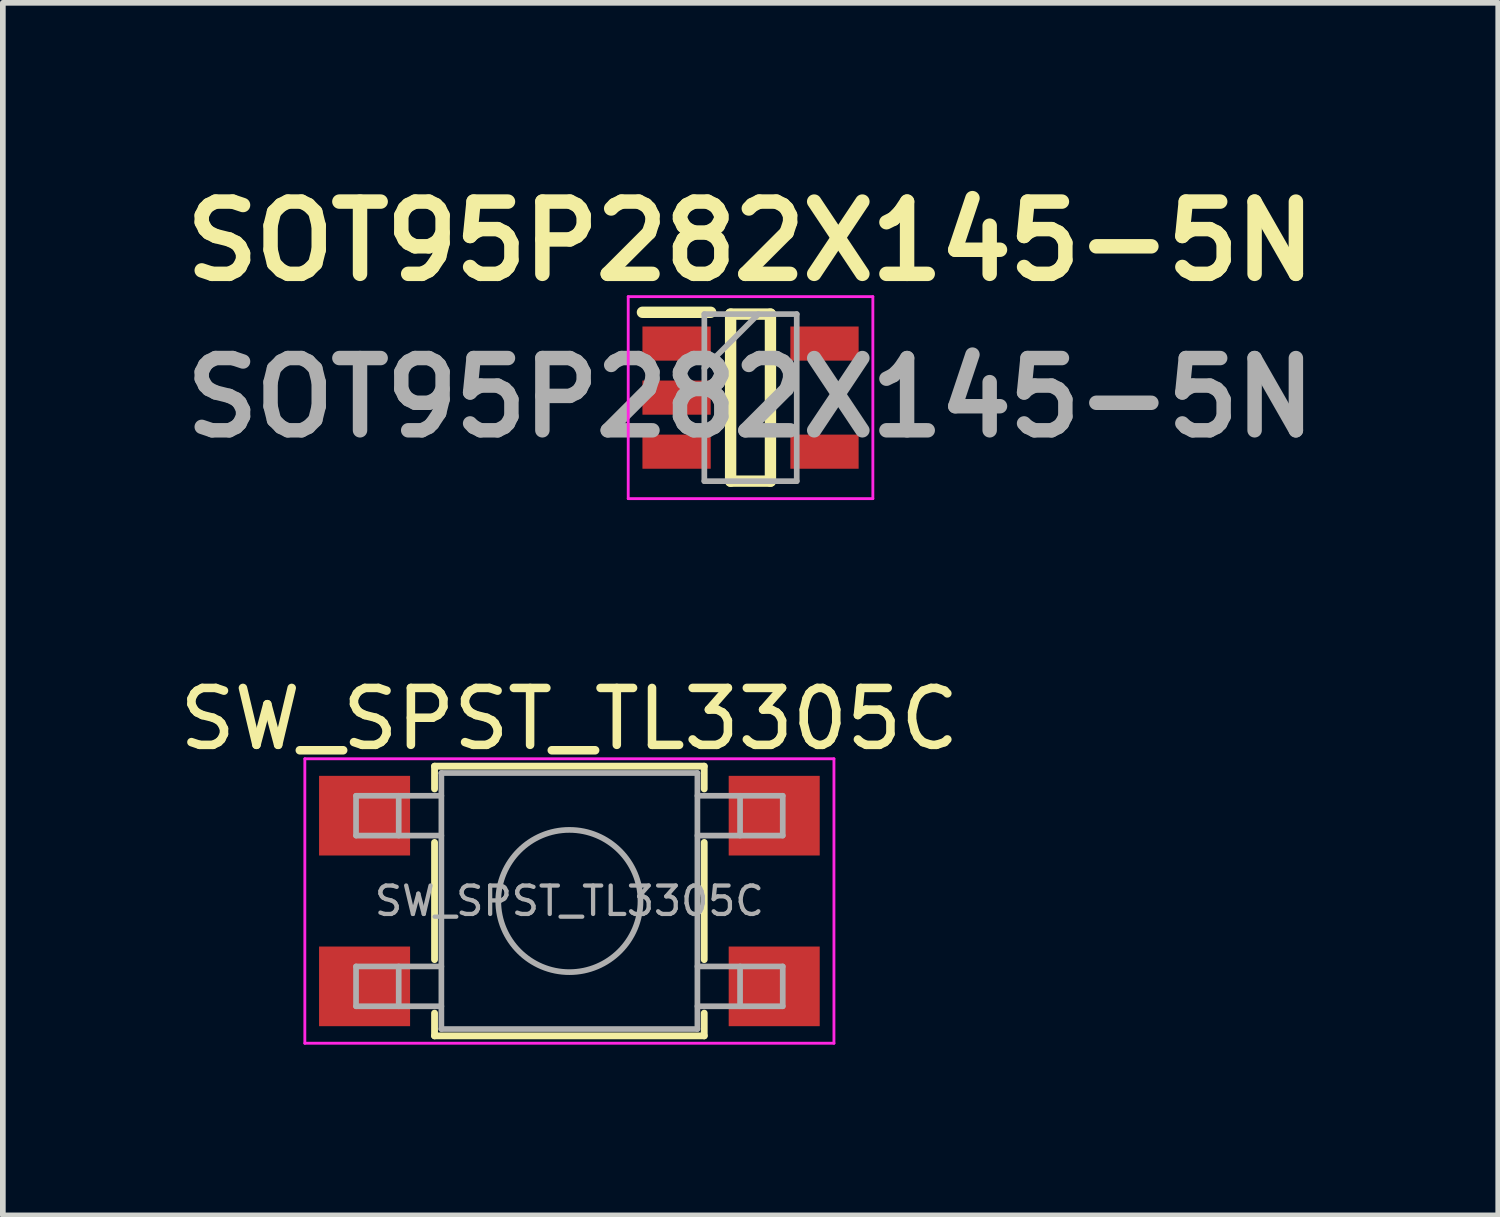
<source format=kicad_pcb>
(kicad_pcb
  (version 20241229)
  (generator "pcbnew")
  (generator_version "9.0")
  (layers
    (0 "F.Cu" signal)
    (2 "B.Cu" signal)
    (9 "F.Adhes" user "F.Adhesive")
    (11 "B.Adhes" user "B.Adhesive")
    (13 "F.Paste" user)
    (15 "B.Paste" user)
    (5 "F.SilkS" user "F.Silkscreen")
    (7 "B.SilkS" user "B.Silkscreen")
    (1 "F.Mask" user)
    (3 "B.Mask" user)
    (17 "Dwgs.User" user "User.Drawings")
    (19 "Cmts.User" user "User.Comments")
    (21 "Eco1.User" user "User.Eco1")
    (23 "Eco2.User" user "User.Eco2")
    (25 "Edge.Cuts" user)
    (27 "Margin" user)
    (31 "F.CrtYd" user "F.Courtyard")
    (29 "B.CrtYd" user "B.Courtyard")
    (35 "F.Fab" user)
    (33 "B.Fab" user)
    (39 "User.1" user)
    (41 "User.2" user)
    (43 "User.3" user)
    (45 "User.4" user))
  (footprint "SOT95P282X145-5N"
    (layer "F.Cu")
    (at 10.142 3.939)
    (property "Reference" "SOT95P282X145-5N" (at 0 -2.75 0) (layer "F.SilkS") (effects (font (size 1.27 1.27) (thickness 0.254))))
    (attr smd)
    (fp_line (start -1.9 -1.5) (end -0.7 -1.5) (stroke (width 0.2) (type solid)) (layer "F.SilkS"))
    (fp_line (start -0.35 -1.468) (end 0.35 -1.468) (stroke (width 0.2) (type solid)) (layer "F.SilkS"))
    (fp_line (start -0.35 1.468) (end -0.35 -1.468) (stroke (width 0.2) (type solid)) (layer "F.SilkS"))
    (fp_line (start 0.35 -1.468) (end 0.35 1.468) (stroke (width 0.2) (type solid)) (layer "F.SilkS"))
    (fp_line (start 0.35 1.468) (end -0.35 1.468) (stroke (width 0.2) (type solid)) (layer "F.SilkS"))
    (fp_line (start -2.15 -1.775) (end 2.15 -1.775) (stroke (width 0.05) (type solid)) (layer "F.CrtYd"))
    (fp_line (start -2.15 1.775) (end -2.15 -1.775) (stroke (width 0.05) (type solid)) (layer "F.CrtYd"))
    (fp_line (start 2.15 -1.775) (end 2.15 1.775) (stroke (width 0.05) (type solid)) (layer "F.CrtYd"))
    (fp_line (start 2.15 1.775) (end -2.15 1.775) (stroke (width 0.05) (type solid)) (layer "F.CrtYd"))
    (fp_line (start -0.812 -1.468) (end 0.812 -1.468) (stroke (width 0.1) (type solid)) (layer "F.Fab"))
    (fp_line (start -0.812 -0.518) (end 0.138 -1.468) (stroke (width 0.1) (type solid)) (layer "F.Fab"))
    (fp_line (start -0.812 1.468) (end -0.812 -1.468) (stroke (width 0.1) (type solid)) (layer "F.Fab"))
    (fp_line (start 0.812 -1.468) (end 0.812 1.468) (stroke (width 0.1) (type solid)) (layer "F.Fab"))
    (fp_line (start 0.812 1.468) (end -0.812 1.468) (stroke (width 0.1) (type solid)) (layer "F.Fab"))
    (fp_text user "${REFERENCE}" (at 0 0 0) (layer "F.Fab") (effects (font (size 1.27 1.27) (thickness 0.254))))
    (pad "1" smd rect (at -1.3 -0.95 90) (size 0.6 1.2) (layers "F.Cu" "F.Mask" "F.Paste"))
    (pad "2" smd rect (at -1.3 0 90) (size 0.6 1.2) (layers "F.Cu" "F.Mask" "F.Paste"))
    (pad "3" smd rect (at -1.3 0.95 90) (size 0.6 1.2) (layers "F.Cu" "F.Mask" "F.Paste"))
    (pad "4" smd rect (at 1.3 0.95 90) (size 0.6 1.2) (layers "F.Cu" "F.Mask" "F.Paste"))
    (pad "5" smd rect (at 1.3 -0.95 90) (size 0.6 1.2) (layers "F.Cu" "F.Mask" "F.Paste")))
  (footprint "SW_SPST_TL3305C"
    (layer "F.Cu")
    (at 6.958 12.787)
    (property "Reference" "SW_SPST_TL3305C" (at 0 -3.2 0) (layer "F.SilkS") (effects (font (size 1 1) (thickness 0.15))))
    (attr smd)
    (fp_line (start -2.37 -2.37) (end -2.37 -1.97) (stroke (width 0.12) (type solid)) (layer "F.SilkS"))
    (fp_line (start -2.37 -2.37) (end 2.37 -2.37) (stroke (width 0.12) (type solid)) (layer "F.SilkS"))
    (fp_line (start -2.37 1.03) (end -2.37 -1.03) (stroke (width 0.12) (type solid)) (layer "F.SilkS"))
    (fp_line (start -2.37 2.37) (end -2.37 1.97) (stroke (width 0.12) (type solid)) (layer "F.SilkS"))
    (fp_line (start -2.37 2.37) (end 2.37 2.37) (stroke (width 0.12) (type solid)) (layer "F.SilkS"))
    (fp_line (start 2.37 -2.37) (end 2.37 -1.97) (stroke (width 0.12) (type solid)) (layer "F.SilkS"))
    (fp_line (start 2.37 1.03) (end 2.37 -1.03) (stroke (width 0.12) (type solid)) (layer "F.SilkS"))
    (fp_line (start 2.37 2.37) (end 2.37 1.97) (stroke (width 0.12) (type solid)) (layer "F.SilkS"))
    (fp_line (start -4.65 -2.5) (end 4.65 -2.5) (stroke (width 0.05) (type solid)) (layer "F.CrtYd"))
    (fp_line (start -4.65 2.5) (end -4.65 -2.5) (stroke (width 0.05) (type solid)) (layer "F.CrtYd"))
    (fp_line (start 4.65 -2.5) (end 4.65 2.5) (stroke (width 0.05) (type solid)) (layer "F.CrtYd"))
    (fp_line (start 4.65 2.5) (end -4.65 2.5) (stroke (width 0.05) (type solid)) (layer "F.CrtYd"))
    (fp_line (start -3.75 -1.85) (end -3.75 -1.15) (stroke (width 0.1) (type solid)) (layer "F.Fab"))
    (fp_line (start -3.75 -1.15) (end -2.25 -1.15) (stroke (width 0.1) (type solid)) (layer "F.Fab"))
    (fp_line (start -3.75 1.15) (end -3.75 1.85) (stroke (width 0.1) (type solid)) (layer "F.Fab"))
    (fp_line (start -3.75 1.85) (end -2.25 1.85) (stroke (width 0.1) (type solid)) (layer "F.Fab"))
    (fp_line (start -3 -1.85) (end -3 -1.15) (stroke (width 0.1) (type solid)) (layer "F.Fab"))
    (fp_line (start -3 1.15) (end -3 1.85) (stroke (width 0.1) (type solid)) (layer "F.Fab"))
    (fp_line (start -2.25 -2.25) (end 2.25 -2.25) (stroke (width 0.1) (type solid)) (layer "F.Fab"))
    (fp_line (start -2.25 -1.85) (end -3.75 -1.85) (stroke (width 0.1) (type solid)) (layer "F.Fab"))
    (fp_line (start -2.25 1.15) (end -3.75 1.15) (stroke (width 0.1) (type solid)) (layer "F.Fab"))
    (fp_line (start -2.25 2.25) (end -2.25 -2.25) (stroke (width 0.1) (type solid)) (layer "F.Fab"))
    (fp_line (start 2.25 -2.25) (end 2.25 2.25) (stroke (width 0.1) (type solid)) (layer "F.Fab"))
    (fp_line (start 2.25 -1.15) (end 3.75 -1.15) (stroke (width 0.1) (type solid)) (layer "F.Fab"))
    (fp_line (start 2.25 1.15) (end 3.75 1.15) (stroke (width 0.1) (type solid)) (layer "F.Fab"))
    (fp_line (start 2.25 2.25) (end -2.25 2.25) (stroke (width 0.1) (type solid)) (layer "F.Fab"))
    (fp_line (start 3 -1.85) (end 3 -1.15) (stroke (width 0.1) (type solid)) (layer "F.Fab"))
    (fp_line (start 3 1.15) (end 3 1.85) (stroke (width 0.1) (type solid)) (layer "F.Fab"))
    (fp_line (start 3.75 -1.85) (end 2.25 -1.85) (stroke (width 0.1) (type solid)) (layer "F.Fab"))
    (fp_line (start 3.75 -1.15) (end 3.75 -1.85) (stroke (width 0.1) (type solid)) (layer "F.Fab"))
    (fp_line (start 3.75 1.15) (end 3.75 1.85) (stroke (width 0.1) (type solid)) (layer "F.Fab"))
    (fp_line (start 3.75 1.85) (end 2.25 1.85) (stroke (width 0.1) (type solid)) (layer "F.Fab"))
    (fp_circle (center 0 0) (end 1.25 0) (stroke (width 0.1) (type solid)) (fill no) (layer "F.Fab"))
    (fp_text user "${REFERENCE}" (at 0 0 0) (layer "F.Fab") (effects (font (size 0.5 0.5) (thickness 0.075))))
    (pad "1" smd rect (at -3.6 -1.5) (size 1.6 1.4) (layers "F.Cu" "F.Mask" "F.Paste"))
    (pad "1" smd rect (at 3.6 -1.5) (size 1.6 1.4) (layers "F.Cu" "F.Mask" "F.Paste"))
    (pad "2" smd rect (at -3.6 1.5) (size 1.6 1.4) (layers "F.Cu" "F.Mask" "F.Paste"))
    (pad "2" smd rect (at 3.6 1.5) (size 1.6 1.4) (layers "F.Cu" "F.Mask" "F.Paste")))
  (gr_rect
    (start -3 -3)
    (end 23.284 18.312)
    (stroke (width 0.1) (type default))
    (fill no)
    (layer "Edge.Cuts")))
</source>
